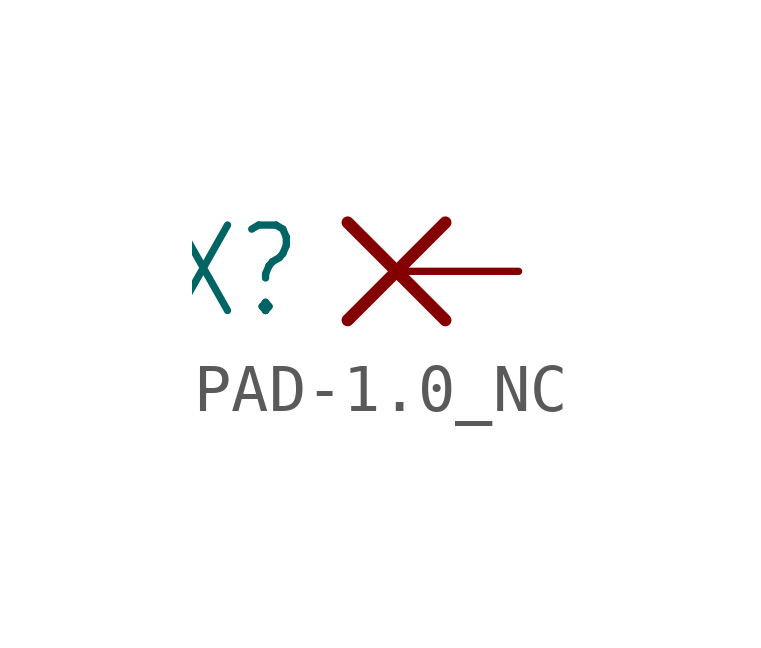
<source format=kicad_sym>
(kicad_symbol_lib
  (version 20231120)
  (generator "kicad_symbol_editor")
  (generator_version "8.0")
  (symbol "PAD-1.0_NC"
    (property "Reference" "X"
      (at -1.905 0 0)
      (effects (font (size 1.778 1.511)) (justify right)))
    (property "ki_locked" ""
      (at 0 0 0)
      (effects (font (size 1.27 1.27))))
    (symbol "PAD-1.0_NC_1_0"
      (polyline (pts (xy -1.016 -1.016) (xy 1.016 1.016)) (stroke (width 0.254) (type solid)) (fill (type none)))
      (polyline (pts (xy -1.016 1.016) (xy 1.016 -1.016)) (stroke (width 0.254) (type solid)) (fill (type none)))
      (pin passive line (at 2.54 0 180) (length 2.54) (name "P" (effects (font (size 0 0)))) (number "1" (effects (font (size 0 0))))))))
</source>
